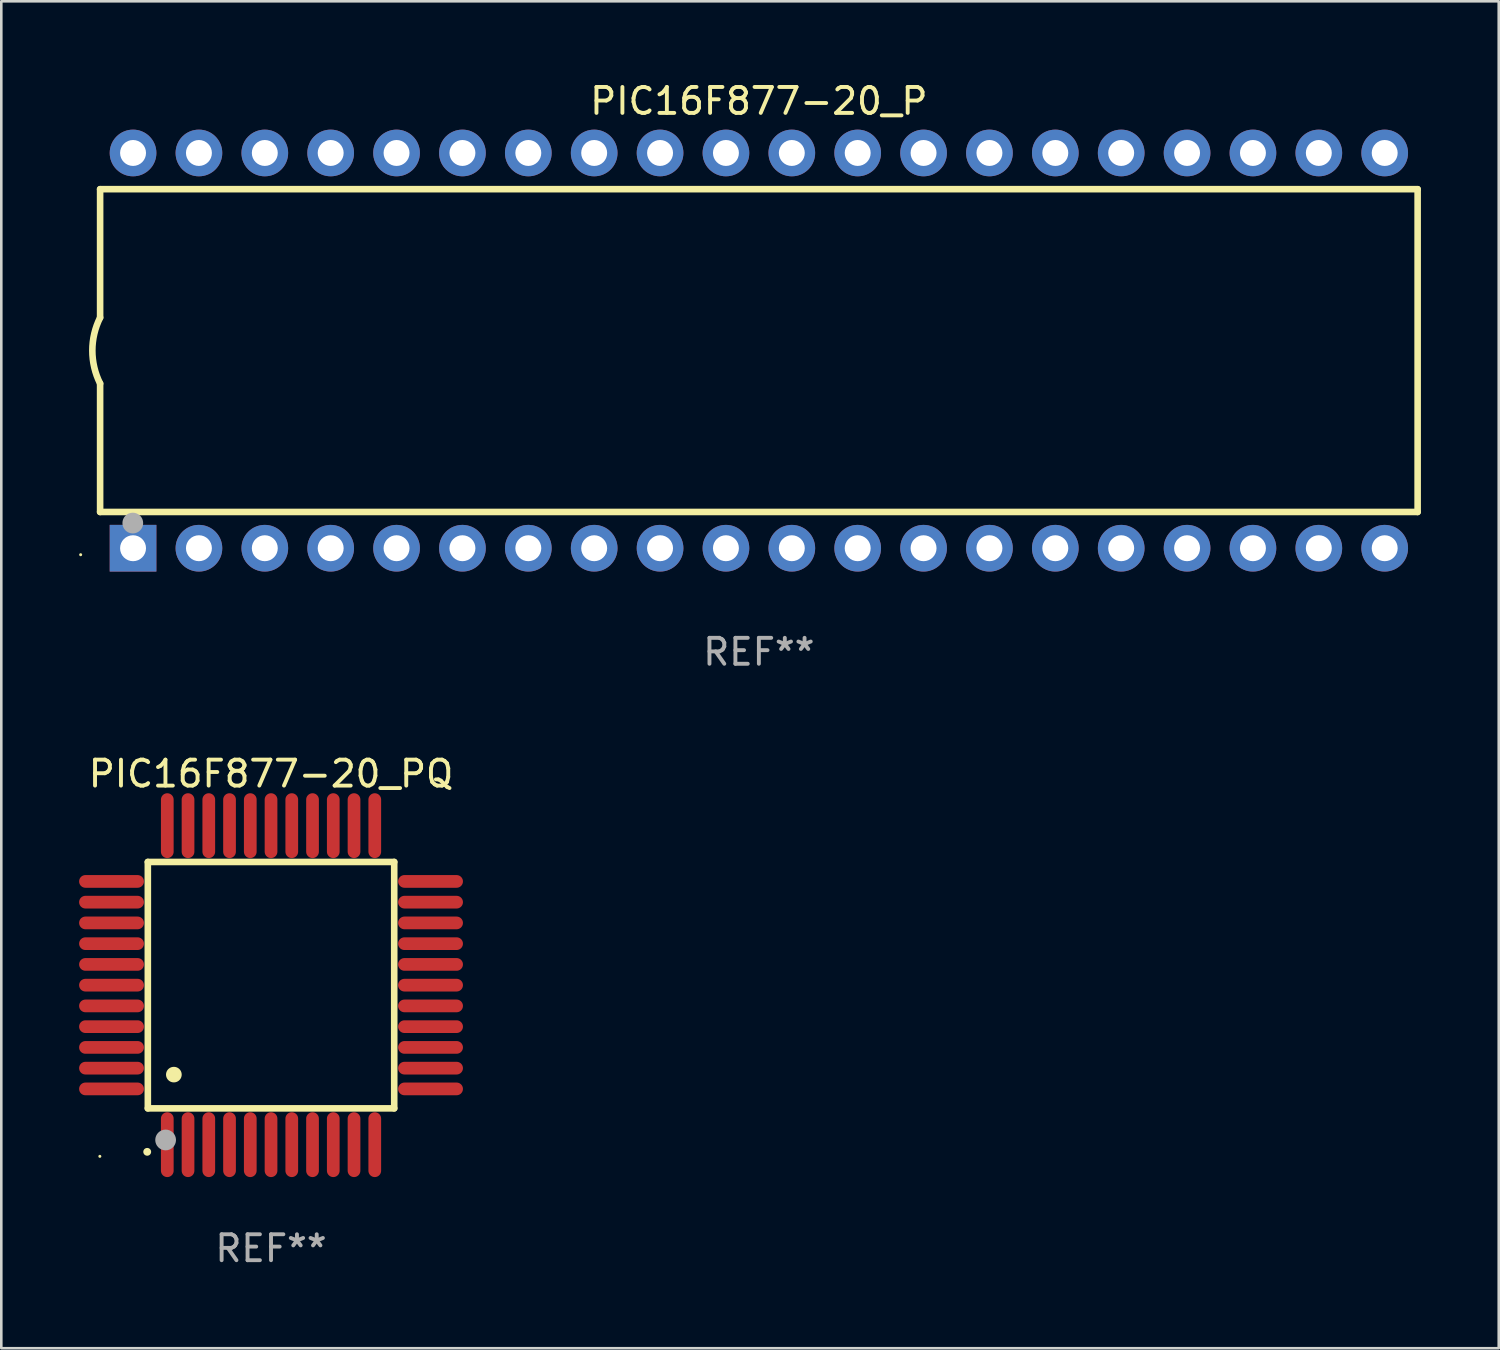
<source format=kicad_pcb>
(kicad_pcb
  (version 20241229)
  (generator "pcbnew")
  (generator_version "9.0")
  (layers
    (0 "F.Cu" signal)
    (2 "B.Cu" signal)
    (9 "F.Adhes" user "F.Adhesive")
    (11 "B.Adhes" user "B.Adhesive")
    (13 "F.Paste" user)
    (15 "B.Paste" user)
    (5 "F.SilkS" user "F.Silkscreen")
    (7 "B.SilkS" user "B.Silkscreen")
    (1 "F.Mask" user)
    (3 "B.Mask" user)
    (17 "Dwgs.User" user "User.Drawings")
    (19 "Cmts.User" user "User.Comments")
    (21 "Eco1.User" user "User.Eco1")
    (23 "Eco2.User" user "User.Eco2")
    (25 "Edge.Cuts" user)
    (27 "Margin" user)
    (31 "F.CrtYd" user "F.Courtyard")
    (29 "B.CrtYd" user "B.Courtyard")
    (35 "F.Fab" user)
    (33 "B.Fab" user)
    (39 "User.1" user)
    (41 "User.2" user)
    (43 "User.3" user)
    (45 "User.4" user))
  (footprint "PIC16F877-20_PQ"
    (layer "F.Cu")
    (at 7.4 34.935)
    (property "Reference" "PIC16F877-20_PQ" (at 0 -8.15 0) (layer "F.SilkS") (effects (font (size 1 1) (thickness 0.15))))
    (attr through_hole)
    (fp_line (start -4.75 -4.75) (end 4.75 -4.75) (stroke (width 0.254) (type solid)) (layer "F.SilkS"))
    (fp_line (start -4.75 4.75) (end -4.75 -4.75) (stroke (width 0.254) (type solid)) (layer "F.SilkS"))
    (fp_line (start 4.75 -4.75) (end 4.75 4.75) (stroke (width 0.254) (type solid)) (layer "F.SilkS"))
    (fp_line (start 4.75 4.75) (end -4.75 4.75) (stroke (width 0.254) (type solid)) (layer "F.SilkS"))
    (fp_arc (start -4.77521 6.426213) (mid -4.77394 6.426208) (end -4.77267 6.426213) (stroke (width 0.3) (type solid)) (layer "F.SilkS"))
    (fp_arc (start -3.749047 3.449327) (mid -3.746507 3.449316) (end -3.743967 3.449327) (stroke (width 0.6) (type solid)) (layer "F.SilkS"))
    (fp_circle (center -6.6 6.6) (end -6.57 6.6) (stroke (width 0.06) (type solid)) (fill no) (layer "F.SilkS"))
    (fp_circle (center -4.064 5.969) (end -3.864 5.969) (stroke (width 0.4) (type solid)) (fill no) (layer "F.Fab"))
    (fp_text user "REF**" (at 0 10.15 0) (layer "F.Fab") (effects (font (size 1 1) (thickness 0.15))))
    (pad "1" smd oval (at -4 6.15) (size 0.49 2.5) (layers "F.Cu" "F.Mask" "F.Paste"))
    (pad "2" smd oval (at -3.2 6.15) (size 0.49 2.5) (layers "F.Cu" "F.Mask" "F.Paste"))
    (pad "3" smd oval (at -2.4 6.15) (size 0.49 2.5) (layers "F.Cu" "F.Mask" "F.Paste"))
    (pad "4" smd oval (at -1.6 6.15) (size 0.49 2.5) (layers "F.Cu" "F.Mask" "F.Paste"))
    (pad "5" smd oval (at -0.8 6.15) (size 0.49 2.5) (layers "F.Cu" "F.Mask" "F.Paste"))
    (pad "6" smd oval (at 0 6.15) (size 0.49 2.5) (layers "F.Cu" "F.Mask" "F.Paste"))
    (pad "7" smd oval (at 0.8 6.15) (size 0.49 2.5) (layers "F.Cu" "F.Mask" "F.Paste"))
    (pad "8" smd oval (at 1.6 6.15) (size 0.49 2.5) (layers "F.Cu" "F.Mask" "F.Paste"))
    (pad "9" smd oval (at 2.4 6.15) (size 0.49 2.5) (layers "F.Cu" "F.Mask" "F.Paste"))
    (pad "10" smd oval (at 3.2 6.15) (size 0.49 2.5) (layers "F.Cu" "F.Mask" "F.Paste"))
    (pad "11" smd oval (at 4 6.15) (size 0.49 2.5) (layers "F.Cu" "F.Mask" "F.Paste"))
    (pad "12" smd oval (at 6.15 4) (size 2.5 0.49) (layers "F.Cu" "F.Mask" "F.Paste"))
    (pad "13" smd oval (at 6.15 3.2) (size 2.5 0.49) (layers "F.Cu" "F.Mask" "F.Paste"))
    (pad "14" smd oval (at 6.15 2.4) (size 2.5 0.49) (layers "F.Cu" "F.Mask" "F.Paste"))
    (pad "15" smd oval (at 6.15 1.6) (size 2.5 0.49) (layers "F.Cu" "F.Mask" "F.Paste"))
    (pad "16" smd oval (at 6.15 0.8) (size 2.5 0.49) (layers "F.Cu" "F.Mask" "F.Paste"))
    (pad "17" smd oval (at 6.15 0) (size 2.5 0.49) (layers "F.Cu" "F.Mask" "F.Paste"))
    (pad "18" smd oval (at 6.15 -0.8) (size 2.5 0.49) (layers "F.Cu" "F.Mask" "F.Paste"))
    (pad "19" smd oval (at 6.15 -1.6) (size 2.5 0.49) (layers "F.Cu" "F.Mask" "F.Paste"))
    (pad "20" smd oval (at 6.15 -2.4) (size 2.5 0.49) (layers "F.Cu" "F.Mask" "F.Paste"))
    (pad "21" smd oval (at 6.15 -3.2) (size 2.5 0.49) (layers "F.Cu" "F.Mask" "F.Paste"))
    (pad "22" smd oval (at 6.15 -4) (size 2.5 0.49) (layers "F.Cu" "F.Mask" "F.Paste"))
    (pad "23" smd oval (at 4 -6.15) (size 0.49 2.5) (layers "F.Cu" "F.Mask" "F.Paste"))
    (pad "24" smd oval (at 3.2 -6.15) (size 0.49 2.5) (layers "F.Cu" "F.Mask" "F.Paste"))
    (pad "25" smd oval (at 2.4 -6.15) (size 0.49 2.5) (layers "F.Cu" "F.Mask" "F.Paste"))
    (pad "26" smd oval (at 1.6 -6.15) (size 0.49 2.5) (layers "F.Cu" "F.Mask" "F.Paste"))
    (pad "27" smd oval (at 0.8 -6.15) (size 0.49 2.5) (layers "F.Cu" "F.Mask" "F.Paste"))
    (pad "28" smd oval (at 0 -6.15) (size 0.49 2.5) (layers "F.Cu" "F.Mask" "F.Paste"))
    (pad "29" smd oval (at -0.8 -6.15) (size 0.49 2.5) (layers "F.Cu" "F.Mask" "F.Paste"))
    (pad "30" smd oval (at -1.6 -6.15) (size 0.49 2.5) (layers "F.Cu" "F.Mask" "F.Paste"))
    (pad "31" smd oval (at -2.4 -6.15) (size 0.49 2.5) (layers "F.Cu" "F.Mask" "F.Paste"))
    (pad "32" smd oval (at -3.2 -6.15) (size 0.49 2.5) (layers "F.Cu" "F.Mask" "F.Paste"))
    (pad "33" smd oval (at -4 -6.15) (size 0.49 2.5) (layers "F.Cu" "F.Mask" "F.Paste"))
    (pad "34" smd oval (at -6.15 -4) (size 2.5 0.49) (layers "F.Cu" "F.Mask" "F.Paste"))
    (pad "35" smd oval (at -6.15 -3.2) (size 2.5 0.49) (layers "F.Cu" "F.Mask" "F.Paste"))
    (pad "36" smd oval (at -6.15 -2.4) (size 2.5 0.49) (layers "F.Cu" "F.Mask" "F.Paste"))
    (pad "37" smd oval (at -6.15 -1.6) (size 2.5 0.49) (layers "F.Cu" "F.Mask" "F.Paste"))
    (pad "38" smd oval (at -6.15 -0.8) (size 2.5 0.49) (layers "F.Cu" "F.Mask" "F.Paste"))
    (pad "39" smd oval (at -6.15 0) (size 2.5 0.49) (layers "F.Cu" "F.Mask" "F.Paste"))
    (pad "40" smd oval (at -6.15 0.8) (size 2.5 0.49) (layers "F.Cu" "F.Mask" "F.Paste"))
    (pad "41" smd oval (at -6.15 1.6) (size 2.5 0.49) (layers "F.Cu" "F.Mask" "F.Paste"))
    (pad "42" smd oval (at -6.15 2.4) (size 2.5 0.49) (layers "F.Cu" "F.Mask" "F.Paste"))
    (pad "43" smd oval (at -6.15 3.2) (size 2.5 0.49) (layers "F.Cu" "F.Mask" "F.Paste"))
    (pad "44" smd oval (at -6.15 4) (size 2.5 0.49) (layers "F.Cu" "F.Mask" "F.Paste")))
  (footprint "PIC16F877-20_P"
    (layer "F.Cu")
    (at 26.21 10.468)
    (property "Reference" "PIC16F877-20_P" (at 0 -9.62 0) (layer "F.SilkS") (effects (font (size 1 1) (thickness 0.15))))
    (attr through_hole)
    (fp_line (start -25.4 -6.224) (end -25.4 -1.271) (stroke (width 0.254) (type solid)) (layer "F.SilkS"))
    (fp_line (start -25.4 -6.224) (end 25.4 -6.224) (stroke (width 0.254) (type solid)) (layer "F.SilkS"))
    (fp_line (start -25.4 1.269) (end -25.4 6.222) (stroke (width 0.254) (type solid)) (layer "F.SilkS"))
    (fp_line (start -25.4 6.222) (end 25.4 6.222) (stroke (width 0.254) (type solid)) (layer "F.SilkS"))
    (fp_line (start 25.4 6.222) (end 25.4 -6.224) (stroke (width 0.254) (type solid)) (layer "F.SilkS"))
    (fp_arc (start -25.4 1.269241) (mid -25.699807 -0.000762) (end -25.4 -1.270765) (stroke (width 0.254001) (type solid)) (layer "F.SilkS"))
    (fp_circle (center -26.15 7.87) (end -26.12 7.87) (stroke (width 0.06) (type solid)) (fill no) (layer "F.SilkS"))
    (fp_circle (center -24.14 6.65) (end -23.94 6.65) (stroke (width 0.4) (type solid)) (fill no) (layer "F.Fab"))
    (fp_text user "REF**" (at 0 11.62 0) (layer "F.Fab") (effects (font (size 1 1) (thickness 0.15))))
    (pad "1" thru_hole rect (at -24.13 7.62 90) (size 1.8 1.8) (drill 1) (layers "*.Cu" "*.Mask"))
    (pad "2" thru_hole circle (at -21.59 7.62) (size 1.8 1.8) (drill 1) (layers "*.Cu" "*.Mask"))
    (pad "3" thru_hole circle (at -19.05 7.62) (size 1.8 1.8) (drill 1) (layers "*.Cu" "*.Mask"))
    (pad "4" thru_hole circle (at -16.51 7.62) (size 1.8 1.8) (drill 1) (layers "*.Cu" "*.Mask"))
    (pad "5" thru_hole circle (at -13.97 7.62) (size 1.8 1.8) (drill 1) (layers "*.Cu" "*.Mask"))
    (pad "6" thru_hole circle (at -11.43 7.62) (size 1.8 1.8) (drill 1) (layers "*.Cu" "*.Mask"))
    (pad "7" thru_hole circle (at -8.89 7.62) (size 1.8 1.8) (drill 1) (layers "*.Cu" "*.Mask"))
    (pad "8" thru_hole circle (at -6.35 7.62) (size 1.8 1.8) (drill 1) (layers "*.Cu" "*.Mask"))
    (pad "9" thru_hole circle (at -3.81 7.62) (size 1.8 1.8) (drill 1) (layers "*.Cu" "*.Mask"))
    (pad "10" thru_hole circle (at -1.27 7.62) (size 1.8 1.8) (drill 1) (layers "*.Cu" "*.Mask"))
    (pad "11" thru_hole circle (at 1.27 7.62) (size 1.8 1.8) (drill 1) (layers "*.Cu" "*.Mask"))
    (pad "12" thru_hole circle (at 3.81 7.62) (size 1.8 1.8) (drill 1) (layers "*.Cu" "*.Mask"))
    (pad "13" thru_hole circle (at 6.35 7.62) (size 1.8 1.8) (drill 1) (layers "*.Cu" "*.Mask"))
    (pad "14" thru_hole circle (at 8.89 7.62) (size 1.8 1.8) (drill 1) (layers "*.Cu" "*.Mask"))
    (pad "15" thru_hole circle (at 11.43 7.62) (size 1.8 1.8) (drill 1) (layers "*.Cu" "*.Mask"))
    (pad "16" thru_hole circle (at 13.97 7.62) (size 1.8 1.8) (drill 1) (layers "*.Cu" "*.Mask"))
    (pad "17" thru_hole circle (at 16.51 7.62) (size 1.8 1.8) (drill 1) (layers "*.Cu" "*.Mask"))
    (pad "18" thru_hole circle (at 19.05 7.62) (size 1.8 1.8) (drill 1) (layers "*.Cu" "*.Mask"))
    (pad "19" thru_hole circle (at 21.59 7.62) (size 1.8 1.8) (drill 1) (layers "*.Cu" "*.Mask"))
    (pad "20" thru_hole circle (at 24.13 7.62) (size 1.8 1.8) (drill 1) (layers "*.Cu" "*.Mask"))
    (pad "21" thru_hole circle (at 24.13 -7.62) (size 1.8 1.8) (drill 1) (layers "*.Cu" "*.Mask"))
    (pad "22" thru_hole circle (at 21.59 -7.62) (size 1.8 1.8) (drill 1) (layers "*.Cu" "*.Mask"))
    (pad "23" thru_hole circle (at 19.05 -7.62) (size 1.8 1.8) (drill 1) (layers "*.Cu" "*.Mask"))
    (pad "24" thru_hole circle (at 16.51 -7.62) (size 1.8 1.8) (drill 1) (layers "*.Cu" "*.Mask"))
    (pad "25" thru_hole circle (at 13.97 -7.62) (size 1.8 1.8) (drill 1) (layers "*.Cu" "*.Mask"))
    (pad "26" thru_hole circle (at 11.43 -7.62) (size 1.8 1.8) (drill 1) (layers "*.Cu" "*.Mask"))
    (pad "27" thru_hole circle (at 8.89 -7.62) (size 1.8 1.8) (drill 1) (layers "*.Cu" "*.Mask"))
    (pad "28" thru_hole circle (at 6.35 -7.62) (size 1.8 1.8) (drill 1) (layers "*.Cu" "*.Mask"))
    (pad "29" thru_hole circle (at 3.81 -7.62) (size 1.8 1.8) (drill 1) (layers "*.Cu" "*.Mask"))
    (pad "30" thru_hole circle (at 1.27 -7.62) (size 1.8 1.8) (drill 1) (layers "*.Cu" "*.Mask"))
    (pad "31" thru_hole circle (at -1.27 -7.62) (size 1.8 1.8) (drill 1) (layers "*.Cu" "*.Mask"))
    (pad "32" thru_hole circle (at -3.81 -7.62) (size 1.8 1.8) (drill 1) (layers "*.Cu" "*.Mask"))
    (pad "33" thru_hole circle (at -6.35 -7.62) (size 1.8 1.8) (drill 1) (layers "*.Cu" "*.Mask"))
    (pad "34" thru_hole circle (at -8.89 -7.62) (size 1.8 1.8) (drill 1) (layers "*.Cu" "*.Mask"))
    (pad "35" thru_hole circle (at -11.43 -7.62) (size 1.8 1.8) (drill 1) (layers "*.Cu" "*.Mask"))
    (pad "36" thru_hole circle (at -13.97 -7.62) (size 1.8 1.8) (drill 1) (layers "*.Cu" "*.Mask"))
    (pad "37" thru_hole circle (at -16.51 -7.62) (size 1.8 1.8) (drill 1) (layers "*.Cu" "*.Mask"))
    (pad "38" thru_hole circle (at -19.05 -7.62) (size 1.8 1.8) (drill 1) (layers "*.Cu" "*.Mask"))
    (pad "39" thru_hole circle (at -21.59 -7.62) (size 1.8 1.8) (drill 1) (layers "*.Cu" "*.Mask"))
    (pad "40" thru_hole circle (at -24.13 -7.62) (size 1.8 1.8) (drill 1) (layers "*.Cu" "*.Mask")))
  (gr_rect
    (start -3 -3)
    (end 54.737 48.933)
    (stroke (width 0.1) (type default))
    (fill no)
    (layer "Edge.Cuts")))
</source>
